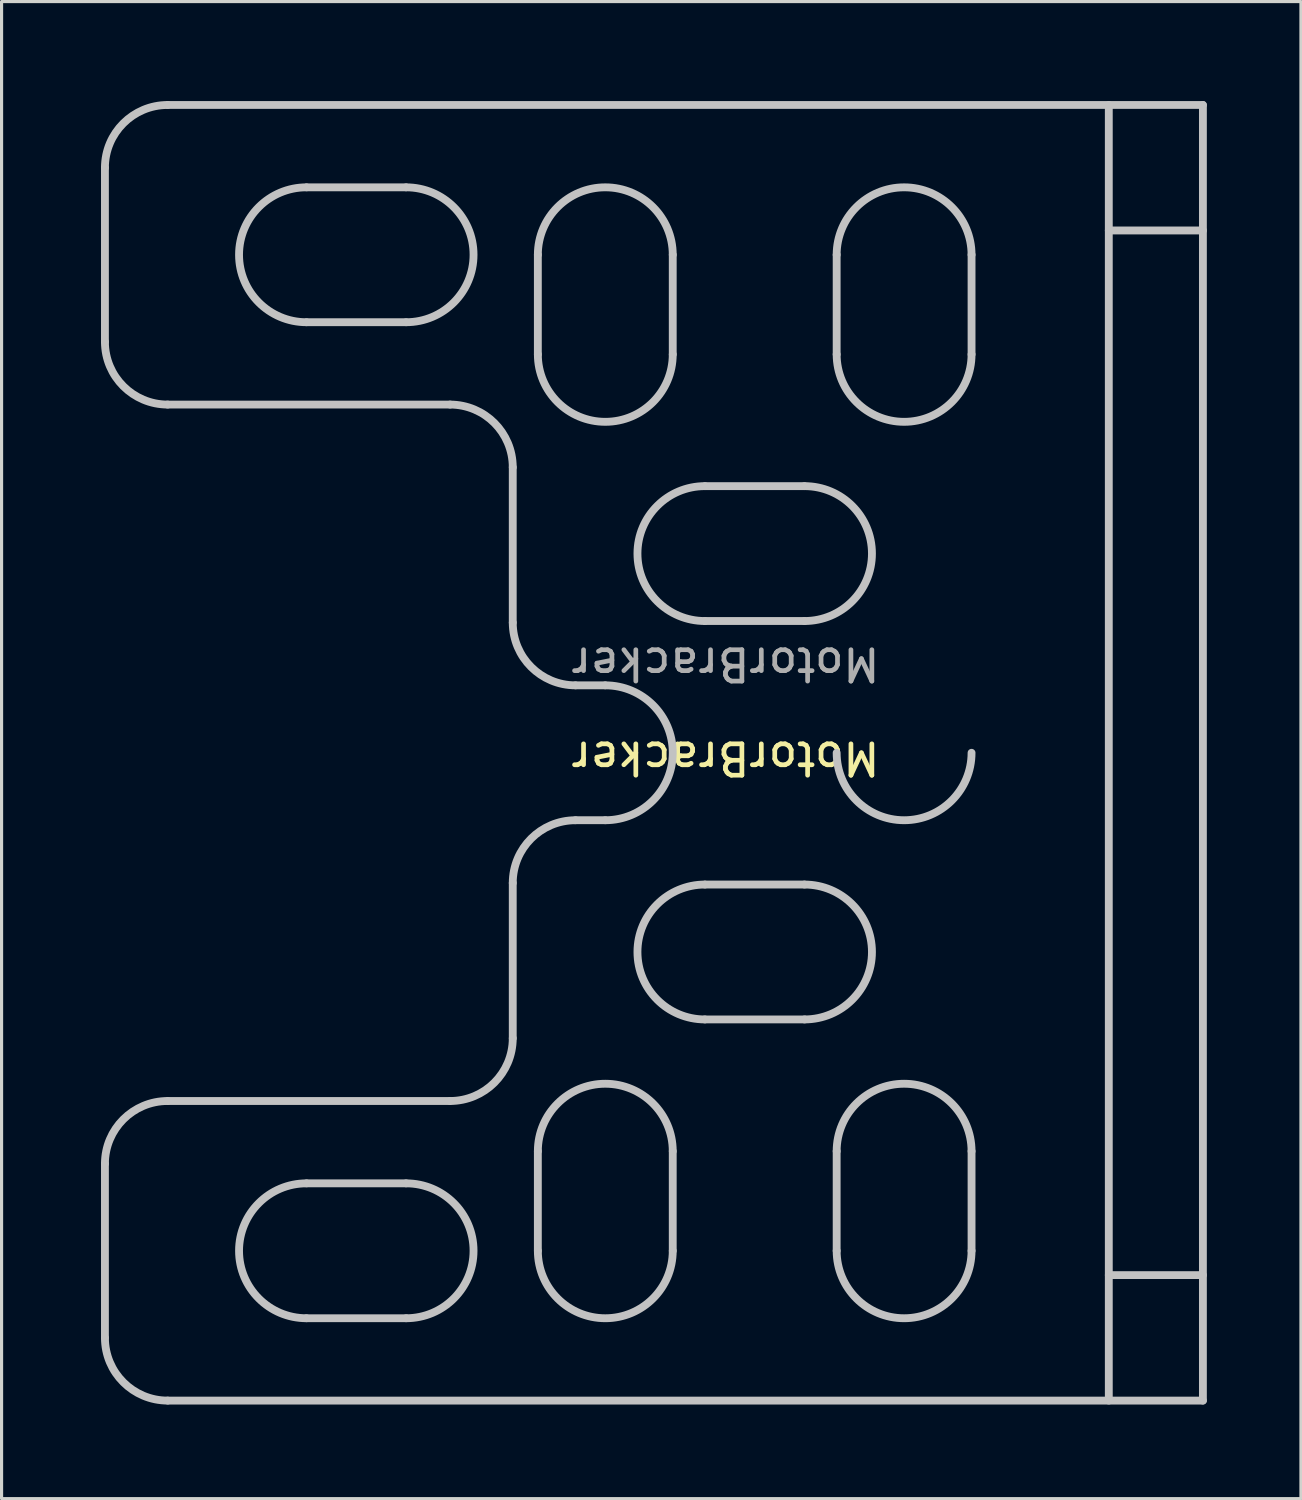
<source format=kicad_pcb>
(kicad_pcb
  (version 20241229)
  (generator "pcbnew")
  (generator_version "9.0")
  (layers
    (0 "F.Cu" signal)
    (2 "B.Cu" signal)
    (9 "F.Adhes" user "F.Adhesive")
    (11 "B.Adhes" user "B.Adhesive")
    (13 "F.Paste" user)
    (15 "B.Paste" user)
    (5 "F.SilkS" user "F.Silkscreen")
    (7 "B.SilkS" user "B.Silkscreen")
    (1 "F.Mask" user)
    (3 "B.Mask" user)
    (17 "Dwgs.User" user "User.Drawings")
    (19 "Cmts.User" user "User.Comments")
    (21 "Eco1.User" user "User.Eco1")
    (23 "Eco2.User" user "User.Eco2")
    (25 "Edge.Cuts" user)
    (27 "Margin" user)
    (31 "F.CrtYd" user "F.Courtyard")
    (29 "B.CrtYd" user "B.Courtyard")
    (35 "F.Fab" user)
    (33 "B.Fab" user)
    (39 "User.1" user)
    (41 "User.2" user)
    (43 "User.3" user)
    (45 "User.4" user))
  (footprint "MotorBracker"
    (layer "F.Cu")
    (at 0.25 0.25)
    (property "Reference" "MotorBracker" (at 19.825 20.866 180) (unlocked yes) (layer "F.SilkS") (effects (font (size 1 1) (thickness 0.15))))
    (fp_line (start 0.045 2.046) (end 0.045 7.596) (stroke (width 0.25) (type solid)) (layer "Dwgs.User"))
    (fp_line (start 0.045 33.796) (end 0.045 39.346) (stroke (width 0.25) (type solid)) (layer "Dwgs.User"))
    (fp_line (start 2.045 9.596) (end 11.045 9.596) (stroke (width 0.25) (type solid)) (layer "Dwgs.User"))
    (fp_line (start 2.045 31.796) (end 11.045 31.796) (stroke (width 0.25) (type solid)) (layer "Dwgs.User"))
    (fp_line (start 9.645 2.671) (end 6.47 2.671) (stroke (width 0.25) (type solid)) (layer "Dwgs.User"))
    (fp_line (start 9.645 6.971) (end 6.47 6.971) (stroke (width 0.25) (type solid)) (layer "Dwgs.User"))
    (fp_line (start 9.645 34.421) (end 6.47 34.421) (stroke (width 0.25) (type solid)) (layer "Dwgs.User"))
    (fp_line (start 9.645 38.721) (end 6.47 38.721) (stroke (width 0.25) (type solid)) (layer "Dwgs.User"))
    (fp_line (start 13.045 11.596) (end 13.045 16.546) (stroke (width 0.25) (type solid)) (layer "Dwgs.User"))
    (fp_line (start 13.045 29.796) (end 13.045 24.846) (stroke (width 0.25) (type solid)) (layer "Dwgs.User"))
    (fp_line (start 13.845 4.821) (end 13.845 7.996) (stroke (width 0.25) (type solid)) (layer "Dwgs.User"))
    (fp_line (start 13.845 36.571) (end 13.845 33.396) (stroke (width 0.25) (type solid)) (layer "Dwgs.User"))
    (fp_line (start 15.045 18.546) (end 15.995 18.546) (stroke (width 0.25) (type solid)) (layer "Dwgs.User"))
    (fp_line (start 15.045 22.846) (end 15.995 22.846) (stroke (width 0.25) (type solid)) (layer "Dwgs.User"))
    (fp_line (start 18.145 4.821) (end 18.145 7.996) (stroke (width 0.25) (type solid)) (layer "Dwgs.User"))
    (fp_line (start 18.145 36.571) (end 18.145 33.396) (stroke (width 0.25) (type solid)) (layer "Dwgs.User"))
    (fp_line (start 22.345 12.196) (end 19.17 12.196) (stroke (width 0.25) (type solid)) (layer "Dwgs.User"))
    (fp_line (start 22.345 16.496) (end 19.17 16.496) (stroke (width 0.25) (type solid)) (layer "Dwgs.User"))
    (fp_line (start 22.345 24.896) (end 19.17 24.896) (stroke (width 0.25) (type solid)) (layer "Dwgs.User"))
    (fp_line (start 22.345 29.196) (end 19.17 29.196) (stroke (width 0.25) (type solid)) (layer "Dwgs.User"))
    (fp_line (start 23.37 4.821) (end 23.37 7.996) (stroke (width 0.25) (type solid)) (layer "Dwgs.User"))
    (fp_line (start 23.37 36.571) (end 23.37 33.396) (stroke (width 0.25) (type solid)) (layer "Dwgs.User"))
    (fp_line (start 27.67 4.821) (end 27.67 7.996) (stroke (width 0.25) (type solid)) (layer "Dwgs.User"))
    (fp_line (start 27.67 36.571) (end 27.67 33.396) (stroke (width 0.25) (type solid)) (layer "Dwgs.User"))
    (fp_line (start 32.045 0.046) (end 32.045 41.346) (stroke (width 0.25) (type solid)) (layer "Dwgs.User"))
    (fp_line (start 32.045 37.346) (end 35.045 37.346) (stroke (width 0.25) (type solid)) (layer "Dwgs.User"))
    (fp_line (start 35.045 0.046) (end 2.045 0.046) (stroke (width 0.25) (type solid)) (layer "Dwgs.User"))
    (fp_line (start 35.045 0.046) (end 35.045 41.346) (stroke (width 0.25) (type solid)) (layer "Dwgs.User"))
    (fp_line (start 35.045 4.046) (end 32.045 4.046) (stroke (width 0.25) (type solid)) (layer "Dwgs.User"))
    (fp_line (start 35.045 41.346) (end 2.045 41.346) (stroke (width 0.25) (type solid)) (layer "Dwgs.User"))
    (fp_arc (start 0.04509 2.046424) (mid 0.630876 0.63221) (end 2.04509 0.046424) (stroke (width 0.25) (type solid)) (layer "Dwgs.User"))
    (fp_arc (start 0.04509 33.796424) (mid 0.630876 32.38221) (end 2.04509 31.796424) (stroke (width 0.25) (type solid)) (layer "Dwgs.User"))
    (fp_arc (start 2.04509 9.596424) (mid 0.630876 9.010638) (end 0.04509 7.596424) (stroke (width 0.25) (type solid)) (layer "Dwgs.User"))
    (fp_arc (start 2.04509 41.346424) (mid 0.630876 40.760638) (end 0.04509 39.346424) (stroke (width 0.25) (type solid)) (layer "Dwgs.User"))
    (fp_arc (start 6.47009 6.971424) (mid 4.32009 4.821424) (end 6.47009 2.671424) (stroke (width 0.25) (type solid)) (layer "Dwgs.User"))
    (fp_arc (start 6.47009 38.721424) (mid 4.32009 36.571424) (end 6.47009 34.421424) (stroke (width 0.25) (type solid)) (layer "Dwgs.User"))
    (fp_arc (start 9.64509 2.671424) (mid 11.79509 4.821424) (end 9.64509 6.971424) (stroke (width 0.25) (type solid)) (layer "Dwgs.User"))
    (fp_arc (start 9.64509 34.421424) (mid 11.79509 36.571424) (end 9.64509 38.721424) (stroke (width 0.25) (type solid)) (layer "Dwgs.User"))
    (fp_arc (start 11.04509 9.596424) (mid 12.459304 10.18221) (end 13.04509 11.596424) (stroke (width 0.25) (type solid)) (layer "Dwgs.User"))
    (fp_arc (start 13.04509 24.846424) (mid 13.630876 23.43221) (end 15.04509 22.846424) (stroke (width 0.25) (type solid)) (layer "Dwgs.User"))
    (fp_arc (start 13.04509 29.796424) (mid 12.459304 31.210638) (end 11.04509 31.796424) (stroke (width 0.25) (type solid)) (layer "Dwgs.User"))
    (fp_arc (start 13.84509 4.821424) (mid 15.99509 2.671424) (end 18.14509 4.821424) (stroke (width 0.25) (type solid)) (layer "Dwgs.User"))
    (fp_arc (start 13.84509 33.396424) (mid 15.99509 31.246424) (end 18.14509 33.396424) (stroke (width 0.25) (type solid)) (layer "Dwgs.User"))
    (fp_arc (start 15.04509 18.546424) (mid 13.630876 17.960638) (end 13.04509 16.546424) (stroke (width 0.25) (type solid)) (layer "Dwgs.User"))
    (fp_arc (start 15.99509 18.546424) (mid 18.14509 20.696424) (end 15.99509 22.846424) (stroke (width 0.25) (type solid)) (layer "Dwgs.User"))
    (fp_arc (start 18.14509 7.996424) (mid 15.99509 10.146424) (end 13.84509 7.996424) (stroke (width 0.25) (type solid)) (layer "Dwgs.User"))
    (fp_arc (start 18.14509 36.571424) (mid 15.99509 38.721424) (end 13.84509 36.571424) (stroke (width 0.25) (type solid)) (layer "Dwgs.User"))
    (fp_arc (start 19.17009 16.496424) (mid 17.02009 14.346424) (end 19.17009 12.196424) (stroke (width 0.25) (type solid)) (layer "Dwgs.User"))
    (fp_arc (start 19.17009 29.196424) (mid 17.02009 27.046424) (end 19.17009 24.896424) (stroke (width 0.25) (type solid)) (layer "Dwgs.User"))
    (fp_arc (start 22.34509 12.196424) (mid 24.49509 14.346424) (end 22.34509 16.496424) (stroke (width 0.25) (type solid)) (layer "Dwgs.User"))
    (fp_arc (start 22.34509 24.896424) (mid 24.49509 27.046424) (end 22.34509 29.196424) (stroke (width 0.25) (type solid)) (layer "Dwgs.User"))
    (fp_arc (start 23.37009 4.821424) (mid 25.52009 2.671424) (end 27.67009 4.821424) (stroke (width 0.25) (type solid)) (layer "Dwgs.User"))
    (fp_arc (start 23.37009 33.396424) (mid 25.52009 31.246424) (end 27.67009 33.396424) (stroke (width 0.25) (type solid)) (layer "Dwgs.User"))
    (fp_arc (start 27.67009 7.996424) (mid 25.52009 10.146424) (end 23.37009 7.996424) (stroke (width 0.25) (type solid)) (layer "Dwgs.User"))
    (fp_arc (start 27.67009 20.696424) (mid 25.52009 22.846424) (end 23.37009 20.696424) (stroke (width 0.25) (type solid)) (layer "Dwgs.User"))
    (fp_arc (start 27.67009 36.571424) (mid 25.52009 38.721424) (end 23.37009 36.571424) (stroke (width 0.25) (type solid)) (layer "Dwgs.User"))
    (fp_text user "${REFERENCE}" (at 19.825 17.866 180) (unlocked yes) (layer "F.Fab") (effects (font (size 1 1) (thickness 0.15)))))
  (gr_rect
    (start -3 -3)
    (end 38.42 44.721)
    (stroke (width 0.1) (type default))
    (fill no)
    (layer "Edge.Cuts")))
</source>
